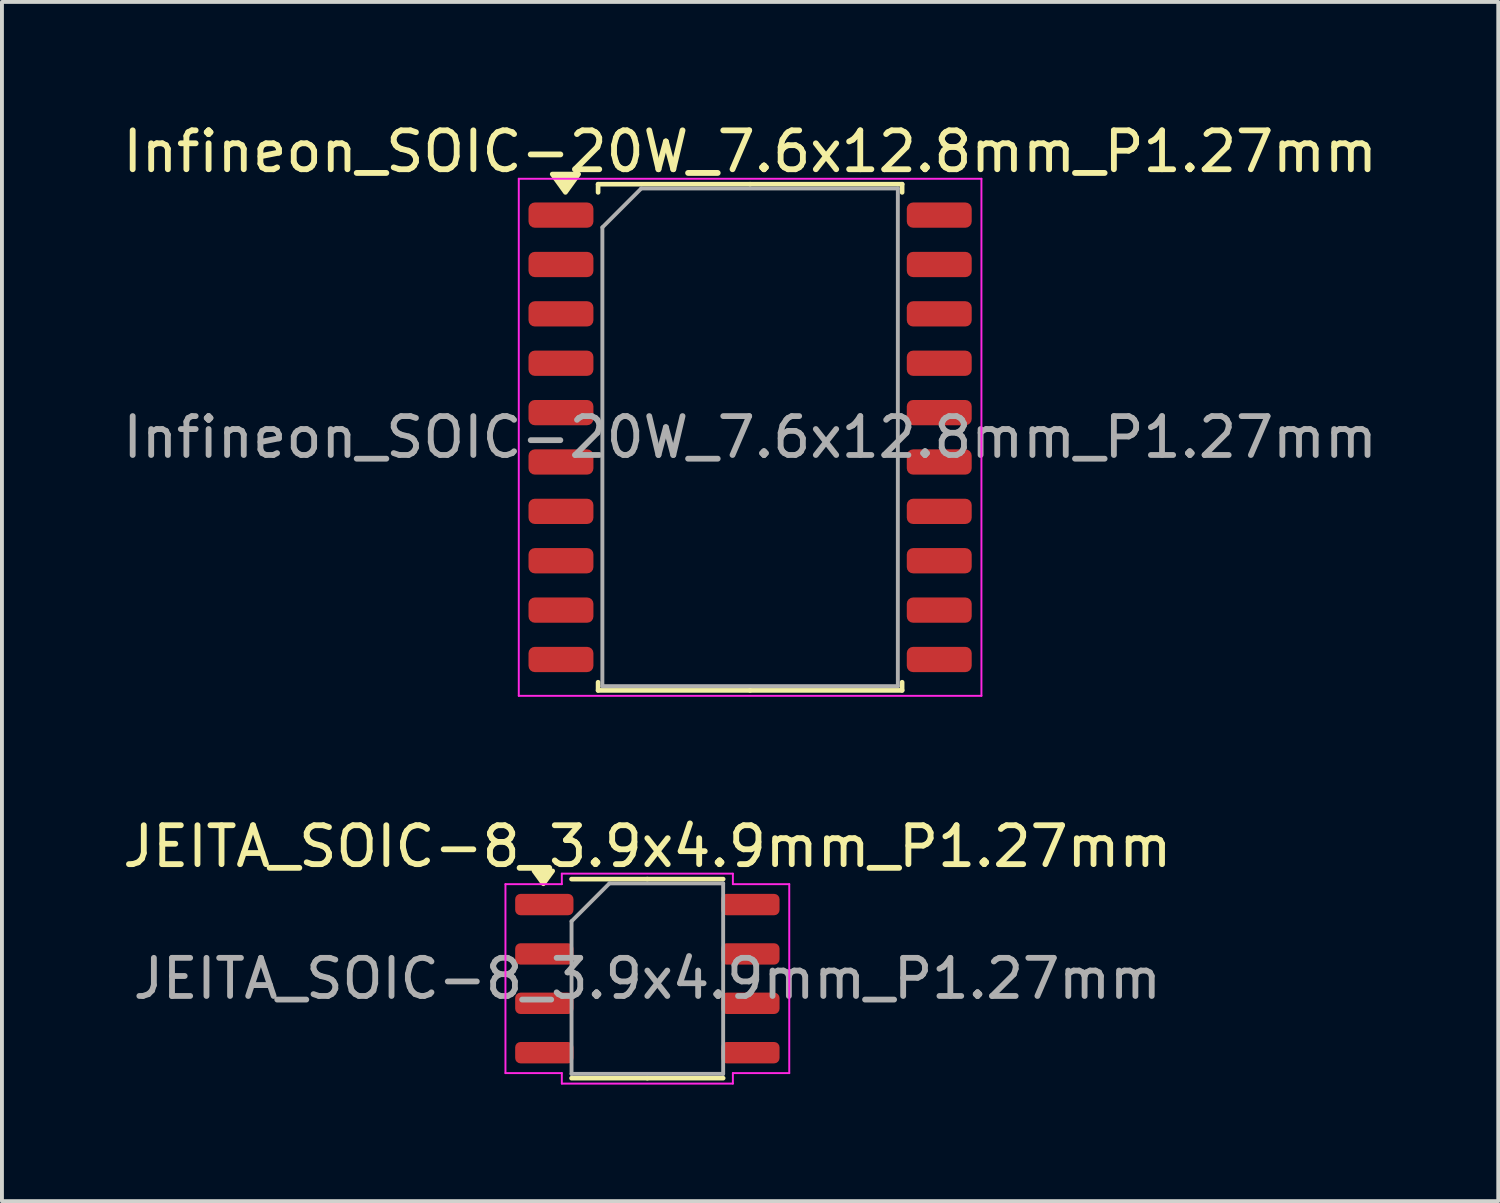
<source format=kicad_pcb>
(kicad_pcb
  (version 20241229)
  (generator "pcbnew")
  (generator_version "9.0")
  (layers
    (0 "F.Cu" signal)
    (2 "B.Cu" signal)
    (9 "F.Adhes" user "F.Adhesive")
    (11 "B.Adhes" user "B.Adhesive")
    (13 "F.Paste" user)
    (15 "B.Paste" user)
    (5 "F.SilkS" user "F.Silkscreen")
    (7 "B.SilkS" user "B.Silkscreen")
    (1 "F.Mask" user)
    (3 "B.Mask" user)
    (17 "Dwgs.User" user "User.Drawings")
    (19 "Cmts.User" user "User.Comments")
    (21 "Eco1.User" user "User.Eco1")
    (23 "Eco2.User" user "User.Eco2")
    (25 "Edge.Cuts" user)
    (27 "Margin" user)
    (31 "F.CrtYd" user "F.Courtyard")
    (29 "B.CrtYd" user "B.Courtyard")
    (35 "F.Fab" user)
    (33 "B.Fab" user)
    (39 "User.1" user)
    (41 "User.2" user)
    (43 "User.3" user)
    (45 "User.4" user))
  (footprint "Infineon_SOIC-20W_7.6x12.8mm_P1.27mm"
    (layer "F.Cu")
    (at 16.244 8.198)
    (property "Reference" "Infineon_SOIC-20W_7.6x12.8mm_P1.27mm" (at 0 -7.35 0) (layer "F.SilkS") (effects (font (size 1 1) (thickness 0.15))))
    (attr smd)
    (fp_line (start -3.91 -6.51) (end -3.91 -6.3) (stroke (width 0.12) (type solid)) (layer "F.SilkS"))
    (fp_line (start -3.91 6.51) (end -3.91 6.3) (stroke (width 0.12) (type solid)) (layer "F.SilkS"))
    (fp_line (start 0 -6.51) (end -3.91 -6.51) (stroke (width 0.12) (type solid)) (layer "F.SilkS"))
    (fp_line (start 0 -6.51) (end 3.91 -6.51) (stroke (width 0.12) (type solid)) (layer "F.SilkS"))
    (fp_line (start 0 6.51) (end -3.91 6.51) (stroke (width 0.12) (type solid)) (layer "F.SilkS"))
    (fp_line (start 0 6.51) (end 3.91 6.51) (stroke (width 0.12) (type solid)) (layer "F.SilkS"))
    (fp_line (start 3.91 -6.51) (end 3.91 -6.3) (stroke (width 0.12) (type solid)) (layer "F.SilkS"))
    (fp_line (start 3.91 6.51) (end 3.91 6.3) (stroke (width 0.12) (type solid)) (layer "F.SilkS"))
    (fp_poly (pts (xy -4.75 -6.3) (xy -5.09 -6.77) (xy -4.41 -6.77) (xy -4.75 -6.3)) (stroke (width 0.12) (type solid)) (fill yes) (layer "F.SilkS"))
    (fp_line (start -5.95 -6.65) (end -5.95 6.65) (stroke (width 0.05) (type solid)) (layer "F.CrtYd"))
    (fp_line (start -5.95 6.65) (end 5.95 6.65) (stroke (width 0.05) (type solid)) (layer "F.CrtYd"))
    (fp_line (start 5.95 -6.65) (end -5.95 -6.65) (stroke (width 0.05) (type solid)) (layer "F.CrtYd"))
    (fp_line (start 5.95 6.65) (end 5.95 -6.65) (stroke (width 0.05) (type solid)) (layer "F.CrtYd"))
    (fp_line (start -3.8 -5.4) (end -2.8 -6.4) (stroke (width 0.1) (type solid)) (layer "F.Fab"))
    (fp_line (start -3.8 6.4) (end -3.8 -5.4) (stroke (width 0.1) (type solid)) (layer "F.Fab"))
    (fp_line (start -2.8 -6.4) (end 3.8 -6.4) (stroke (width 0.1) (type solid)) (layer "F.Fab"))
    (fp_line (start 3.8 -6.4) (end 3.8 6.4) (stroke (width 0.1) (type solid)) (layer "F.Fab"))
    (fp_line (start 3.8 6.4) (end -3.8 6.4) (stroke (width 0.1) (type solid)) (layer "F.Fab"))
    (fp_text user "${REFERENCE}" (at 0 0 0) (layer "F.Fab") (effects (font (size 1 1) (thickness 0.15))))
    (pad "1" smd roundrect (at -4.865 -5.715) (size 1.67 0.65) (layers "F.Cu" "F.Mask" "F.Paste") (roundrect_rratio 0.25))
    (pad "2" smd roundrect (at -4.865 -4.445) (size 1.67 0.65) (layers "F.Cu" "F.Mask" "F.Paste") (roundrect_rratio 0.25))
    (pad "3" smd roundrect (at -4.865 -3.175) (size 1.67 0.65) (layers "F.Cu" "F.Mask" "F.Paste") (roundrect_rratio 0.25))
    (pad "4" smd roundrect (at -4.865 -1.905) (size 1.67 0.65) (layers "F.Cu" "F.Mask" "F.Paste") (roundrect_rratio 0.25))
    (pad "5" smd roundrect (at -4.865 -0.635) (size 1.67 0.65) (layers "F.Cu" "F.Mask" "F.Paste") (roundrect_rratio 0.25))
    (pad "6" smd roundrect (at -4.865 0.635) (size 1.67 0.65) (layers "F.Cu" "F.Mask" "F.Paste") (roundrect_rratio 0.25))
    (pad "7" smd roundrect (at -4.865 1.905) (size 1.67 0.65) (layers "F.Cu" "F.Mask" "F.Paste") (roundrect_rratio 0.25))
    (pad "8" smd roundrect (at -4.865 3.175) (size 1.67 0.65) (layers "F.Cu" "F.Mask" "F.Paste") (roundrect_rratio 0.25))
    (pad "9" smd roundrect (at -4.865 4.445) (size 1.67 0.65) (layers "F.Cu" "F.Mask" "F.Paste") (roundrect_rratio 0.25))
    (pad "10" smd roundrect (at -4.865 5.715) (size 1.67 0.65) (layers "F.Cu" "F.Mask" "F.Paste") (roundrect_rratio 0.25))
    (pad "11" smd roundrect (at 4.865 5.715) (size 1.67 0.65) (layers "F.Cu" "F.Mask" "F.Paste") (roundrect_rratio 0.25))
    (pad "12" smd roundrect (at 4.865 4.445) (size 1.67 0.65) (layers "F.Cu" "F.Mask" "F.Paste") (roundrect_rratio 0.25))
    (pad "13" smd roundrect (at 4.865 3.175) (size 1.67 0.65) (layers "F.Cu" "F.Mask" "F.Paste") (roundrect_rratio 0.25))
    (pad "14" smd roundrect (at 4.865 1.905) (size 1.67 0.65) (layers "F.Cu" "F.Mask" "F.Paste") (roundrect_rratio 0.25))
    (pad "15" smd roundrect (at 4.865 0.635) (size 1.67 0.65) (layers "F.Cu" "F.Mask" "F.Paste") (roundrect_rratio 0.25))
    (pad "16" smd roundrect (at 4.865 -0.635) (size 1.67 0.65) (layers "F.Cu" "F.Mask" "F.Paste") (roundrect_rratio 0.25))
    (pad "17" smd roundrect (at 4.865 -1.905) (size 1.67 0.65) (layers "F.Cu" "F.Mask" "F.Paste") (roundrect_rratio 0.25))
    (pad "18" smd roundrect (at 4.865 -3.175) (size 1.67 0.65) (layers "F.Cu" "F.Mask" "F.Paste") (roundrect_rratio 0.25))
    (pad "19" smd roundrect (at 4.865 -4.445) (size 1.67 0.65) (layers "F.Cu" "F.Mask" "F.Paste") (roundrect_rratio 0.25))
    (pad "20" smd roundrect (at 4.865 -5.715) (size 1.67 0.65) (layers "F.Cu" "F.Mask" "F.Paste") (roundrect_rratio 0.25)))
  (footprint "JEITA_SOIC-8_3.9x4.9mm_P1.27mm"
    (layer "F.Cu")
    (at 13.601 22.122)
    (property "Reference" "JEITA_SOIC-8_3.9x4.9mm_P1.27mm" (at 0 -3.4 0) (layer "F.SilkS") (effects (font (size 1 1) (thickness 0.15))))
    (attr smd)
    (fp_line (start 0 -2.56) (end -1.95 -2.56) (stroke (width 0.12) (type solid)) (layer "F.SilkS"))
    (fp_line (start 0 -2.56) (end 1.95 -2.56) (stroke (width 0.12) (type solid)) (layer "F.SilkS"))
    (fp_line (start 0 2.56) (end -1.95 2.56) (stroke (width 0.12) (type solid)) (layer "F.SilkS"))
    (fp_line (start 0 2.56) (end 1.95 2.56) (stroke (width 0.12) (type solid)) (layer "F.SilkS"))
    (fp_poly (pts (xy -2.675 -2.44) (xy -2.915 -2.77) (xy -2.435 -2.77)) (stroke (width 0.12) (type solid)) (fill yes) (layer "F.SilkS"))
    (fp_line (start -3.65 -2.43) (end -2.2 -2.43) (stroke (width 0.05) (type solid)) (layer "F.CrtYd"))
    (fp_line (start -3.65 2.43) (end -3.65 -2.43) (stroke (width 0.05) (type solid)) (layer "F.CrtYd"))
    (fp_line (start -2.2 -2.7) (end 2.2 -2.7) (stroke (width 0.05) (type solid)) (layer "F.CrtYd"))
    (fp_line (start -2.2 -2.43) (end -2.2 -2.7) (stroke (width 0.05) (type solid)) (layer "F.CrtYd"))
    (fp_line (start -2.2 2.43) (end -3.65 2.43) (stroke (width 0.05) (type solid)) (layer "F.CrtYd"))
    (fp_line (start -2.2 2.7) (end -2.2 2.43) (stroke (width 0.05) (type solid)) (layer "F.CrtYd"))
    (fp_line (start 2.2 -2.7) (end 2.2 -2.43) (stroke (width 0.05) (type solid)) (layer "F.CrtYd"))
    (fp_line (start 2.2 -2.43) (end 3.65 -2.43) (stroke (width 0.05) (type solid)) (layer "F.CrtYd"))
    (fp_line (start 2.2 2.43) (end 2.2 2.7) (stroke (width 0.05) (type solid)) (layer "F.CrtYd"))
    (fp_line (start 2.2 2.7) (end -2.2 2.7) (stroke (width 0.05) (type solid)) (layer "F.CrtYd"))
    (fp_line (start 3.65 -2.43) (end 3.65 2.43) (stroke (width 0.05) (type solid)) (layer "F.CrtYd"))
    (fp_line (start 3.65 2.43) (end 2.2 2.43) (stroke (width 0.05) (type solid)) (layer "F.CrtYd"))
    (fp_line (start -1.95 -1.475) (end -0.975 -2.45) (stroke (width 0.1) (type solid)) (layer "F.Fab"))
    (fp_line (start -1.95 2.45) (end -1.95 -1.475) (stroke (width 0.1) (type solid)) (layer "F.Fab"))
    (fp_line (start -0.975 -2.45) (end 1.95 -2.45) (stroke (width 0.1) (type solid)) (layer "F.Fab"))
    (fp_line (start 1.95 -2.45) (end 1.95 2.45) (stroke (width 0.1) (type solid)) (layer "F.Fab"))
    (fp_line (start 1.95 2.45) (end -1.95 2.45) (stroke (width 0.1) (type solid)) (layer "F.Fab"))
    (fp_text user "${REFERENCE}" (at 0 0 0) (layer "F.Fab") (effects (font (size 0.98 0.98) (thickness 0.15))))
    (pad "1" smd roundrect (at -2.65 -1.905) (size 1.5 0.55) (layers "F.Cu" "F.Mask" "F.Paste") (roundrect_rratio 0.25))
    (pad "2" smd roundrect (at -2.65 -0.635) (size 1.5 0.55) (layers "F.Cu" "F.Mask" "F.Paste") (roundrect_rratio 0.25))
    (pad "3" smd roundrect (at -2.65 0.635) (size 1.5 0.55) (layers "F.Cu" "F.Mask" "F.Paste") (roundrect_rratio 0.25))
    (pad "4" smd roundrect (at -2.65 1.905) (size 1.5 0.55) (layers "F.Cu" "F.Mask" "F.Paste") (roundrect_rratio 0.25))
    (pad "5" smd roundrect (at 2.65 1.905) (size 1.5 0.55) (layers "F.Cu" "F.Mask" "F.Paste") (roundrect_rratio 0.25))
    (pad "6" smd roundrect (at 2.65 0.635) (size 1.5 0.55) (layers "F.Cu" "F.Mask" "F.Paste") (roundrect_rratio 0.25))
    (pad "7" smd roundrect (at 2.65 -0.635) (size 1.5 0.55) (layers "F.Cu" "F.Mask" "F.Paste") (roundrect_rratio 0.25))
    (pad "8" smd roundrect (at 2.65 -1.905) (size 1.5 0.55) (layers "F.Cu" "F.Mask" "F.Paste") (roundrect_rratio 0.25)))
  (gr_rect
    (start -3 -3)
    (end 35.488 27.846)
    (stroke (width 0.1) (type default))
    (fill no)
    (layer "Edge.Cuts")))
</source>
